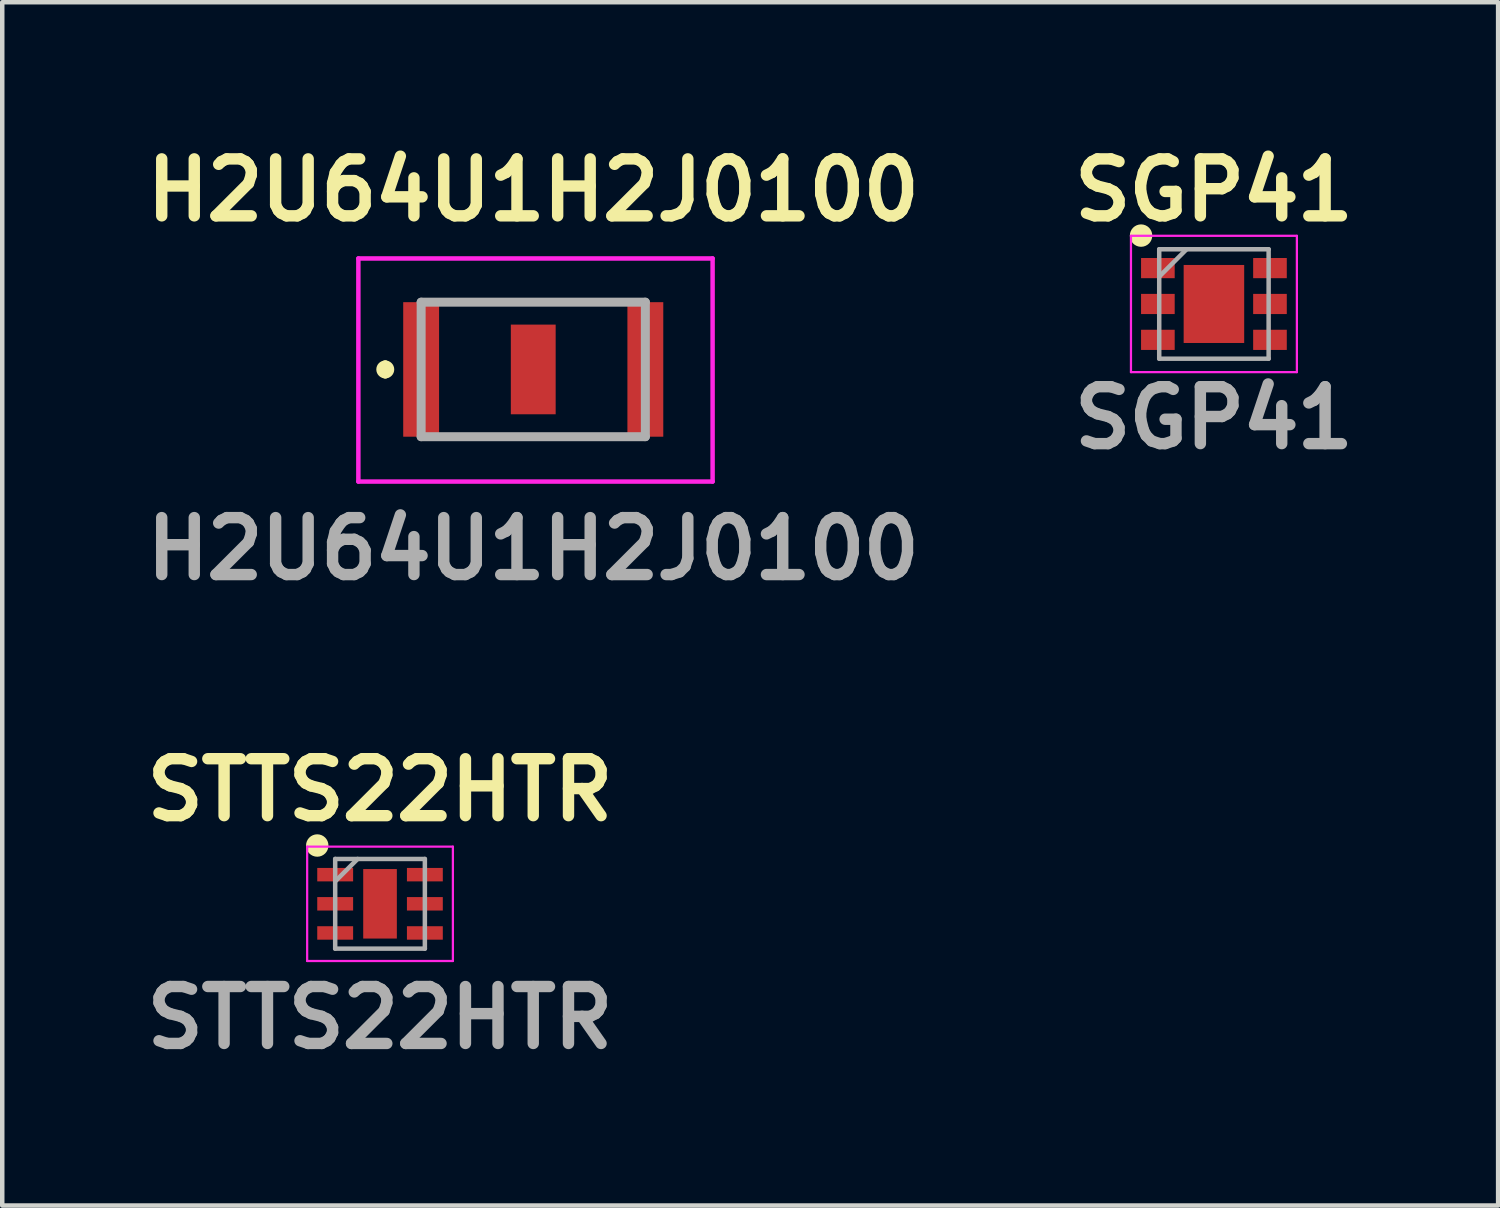
<source format=kicad_pcb>
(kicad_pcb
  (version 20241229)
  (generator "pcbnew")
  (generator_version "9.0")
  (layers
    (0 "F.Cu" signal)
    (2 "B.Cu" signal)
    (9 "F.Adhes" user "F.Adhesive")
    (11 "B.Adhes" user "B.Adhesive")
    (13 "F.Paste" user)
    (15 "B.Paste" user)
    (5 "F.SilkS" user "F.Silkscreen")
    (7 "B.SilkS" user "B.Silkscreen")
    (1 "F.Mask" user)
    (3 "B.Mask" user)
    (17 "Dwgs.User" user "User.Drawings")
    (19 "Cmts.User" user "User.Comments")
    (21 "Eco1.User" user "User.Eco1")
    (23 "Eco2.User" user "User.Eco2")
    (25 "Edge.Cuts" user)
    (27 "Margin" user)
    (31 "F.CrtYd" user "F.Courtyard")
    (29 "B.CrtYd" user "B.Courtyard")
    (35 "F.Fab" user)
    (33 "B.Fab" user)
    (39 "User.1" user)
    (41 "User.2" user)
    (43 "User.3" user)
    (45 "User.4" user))
  (footprint "STTS22HTR"
    (layer "F.Cu")
    (at 5.425 17.106)
    (property "Reference" "STTS22HTR" (at 0 -2.54 0) (layer "F.SilkS") (effects (font (size 1.27 1.27) (thickness 0.254))))
    (attr smd)
    (fp_circle (center -1.4 -1.3) (end -1.4 -1.175) (stroke (width 0.25) (type solid)) (fill no) (layer "F.SilkS"))
    (fp_line (start -1.625 -1.275) (end 1.625 -1.275) (stroke (width 0.05) (type solid)) (layer "F.CrtYd"))
    (fp_line (start -1.625 1.275) (end -1.625 -1.275) (stroke (width 0.05) (type solid)) (layer "F.CrtYd"))
    (fp_line (start 1.625 -1.275) (end 1.625 1.275) (stroke (width 0.05) (type solid)) (layer "F.CrtYd"))
    (fp_line (start 1.625 1.275) (end -1.625 1.275) (stroke (width 0.05) (type solid)) (layer "F.CrtYd"))
    (fp_line (start -1 -1) (end 1 -1) (stroke (width 0.1) (type solid)) (layer "F.Fab"))
    (fp_line (start -1 -0.5) (end -0.5 -1) (stroke (width 0.1) (type solid)) (layer "F.Fab"))
    (fp_line (start -1 1) (end -1 -1) (stroke (width 0.1) (type solid)) (layer "F.Fab"))
    (fp_line (start 1 -1) (end 1 1) (stroke (width 0.1) (type solid)) (layer "F.Fab"))
    (fp_line (start 1 1) (end -1 1) (stroke (width 0.1) (type solid)) (layer "F.Fab"))
    (fp_text user "${REFERENCE}" (at 0 2.54 0) (layer "F.Fab") (effects (font (size 1.27 1.27) (thickness 0.254))))
    (pad "1" smd rect (at -1 -0.65 90) (size 0.3 0.8) (layers "F.Cu" "F.Mask" "F.Paste"))
    (pad "2" smd rect (at -1 0 90) (size 0.3 0.8) (layers "F.Cu" "F.Mask" "F.Paste"))
    (pad "3" smd rect (at -1 0.65 90) (size 0.3 0.8) (layers "F.Cu" "F.Mask" "F.Paste"))
    (pad "4" smd rect (at 1 0.65 90) (size 0.3 0.8) (layers "F.Cu" "F.Mask" "F.Paste"))
    (pad "5" smd rect (at 1 0 90) (size 0.3 0.8) (layers "F.Cu" "F.Mask" "F.Paste"))
    (pad "6" smd rect (at 1 -0.65 90) (size 0.3 0.8) (layers "F.Cu" "F.Mask" "F.Paste"))
    (pad "7" smd rect (at 0 0) (size 0.75 1.55) (layers "F.Cu" "F.Mask" "F.Paste")))
  (footprint "H2U64U1H2J0100"
    (layer "F.Cu")
    (at 8.842 5.189)
    (property "Reference" "H2U64U1H2J0100" (at 0 -4 0) (layer "F.SilkS") (effects (font (size 1.27 1.27) (thickness 0.254))))
    (attr smd)
    (fp_line (start -3.3 -0.1) (end -3.3 -0.1) (stroke (width 0.2) (type solid)) (layer "F.SilkS"))
    (fp_line (start -3.3 0.1) (end -3.3 0.1) (stroke (width 0.2) (type solid)) (layer "F.SilkS"))
    (fp_line (start -1.5 -1.5) (end 1.5 -1.5) (stroke (width 0.1) (type solid)) (layer "F.SilkS"))
    (fp_line (start -1.5 1.5) (end 1.5 1.5) (stroke (width 0.1) (type solid)) (layer "F.SilkS"))
    (fp_arc (start -3.3 -0.1) (mid -3.2 0) (end -3.3 0.1) (stroke (width 0.2) (type solid)) (layer "F.SilkS"))
    (fp_arc (start -3.3 0.1) (mid -3.4 0) (end -3.3 -0.1) (stroke (width 0.2) (type solid)) (layer "F.SilkS"))
    (fp_line (start -3.9 2.5) (end -3.9 -2.475) (stroke (width 0.1) (type solid)) (layer "F.CrtYd"))
    (fp_line (start 4 -2.475) (end -3.9 -2.475) (stroke (width 0.1) (type solid)) (layer "F.CrtYd"))
    (fp_line (start 4 -2.475) (end 4 2.5) (stroke (width 0.1) (type solid)) (layer "F.CrtYd"))
    (fp_line (start 4 2.5) (end -3.9 2.5) (stroke (width 0.1) (type solid)) (layer "F.CrtYd"))
    (fp_line (start -2.5 -1.5) (end 2.5 -1.5) (stroke (width 0.2) (type solid)) (layer "F.Fab"))
    (fp_line (start -2.5 1.5) (end -2.5 -1.5) (stroke (width 0.2) (type solid)) (layer "F.Fab"))
    (fp_line (start 2.5 -1.5) (end 2.5 1.5) (stroke (width 0.2) (type solid)) (layer "F.Fab"))
    (fp_line (start 2.5 1.5) (end -2.5 1.5) (stroke (width 0.2) (type solid)) (layer "F.Fab"))
    (fp_text user "${REFERENCE}" (at 0 4 0) (layer "F.Fab") (effects (font (size 1.27 1.27) (thickness 0.254))))
    (pad "1" smd rect (at -2.5 0) (size 0.8 3) (layers "F.Cu" "F.Mask" "F.Paste"))
    (pad "2" smd rect (at 2.5 0) (size 0.8 3) (layers "F.Cu" "F.Mask" "F.Paste"))
    (pad "3" smd rect (at 0 0) (size 1 2) (layers "F.Cu" "F.Mask" "F.Paste")))
  (footprint "SGP41"
    (layer "F.Cu")
    (at 24.022 3.729)
    (property "Reference" "SGP41" (at 0 -2.54 0) (layer "F.SilkS") (effects (font (size 1.27 1.27) (thickness 0.254))))
    (attr smd)
    (fp_circle (center -1.625 -1.525) (end -1.625 -1.4) (stroke (width 0.25) (type solid)) (fill no) (layer "F.SilkS"))
    (fp_line (start -1.85 -1.52) (end 1.85 -1.52) (stroke (width 0.05) (type solid)) (layer "F.CrtYd"))
    (fp_line (start -1.85 1.52) (end -1.85 -1.52) (stroke (width 0.05) (type solid)) (layer "F.CrtYd"))
    (fp_line (start 1.85 -1.52) (end 1.85 1.52) (stroke (width 0.05) (type solid)) (layer "F.CrtYd"))
    (fp_line (start 1.85 1.52) (end -1.85 1.52) (stroke (width 0.05) (type solid)) (layer "F.CrtYd"))
    (fp_line (start -1.22 -1.22) (end 1.22 -1.22) (stroke (width 0.1) (type solid)) (layer "F.Fab"))
    (fp_line (start -1.22 -0.61) (end -0.61 -1.22) (stroke (width 0.1) (type solid)) (layer "F.Fab"))
    (fp_line (start -1.22 1.22) (end -1.22 -1.22) (stroke (width 0.1) (type solid)) (layer "F.Fab"))
    (fp_line (start 1.22 -1.22) (end 1.22 1.22) (stroke (width 0.1) (type solid)) (layer "F.Fab"))
    (fp_line (start 1.22 1.22) (end -1.22 1.22) (stroke (width 0.1) (type solid)) (layer "F.Fab"))
    (fp_text user "${REFERENCE}" (at 0 2.54 0) (layer "F.Fab") (effects (font (size 1.27 1.27) (thickness 0.254))))
    (pad "1" smd rect (at -1.25 -0.8 90) (size 0.45 0.75) (layers "F.Cu" "F.Mask" "F.Paste"))
    (pad "2" smd rect (at -1.25 0 90) (size 0.45 0.75) (layers "F.Cu" "F.Mask" "F.Paste"))
    (pad "3" smd rect (at -1.25 0.8 90) (size 0.45 0.75) (layers "F.Cu" "F.Mask" "F.Paste"))
    (pad "4" smd rect (at 1.25 0.8 90) (size 0.45 0.75) (layers "F.Cu" "F.Mask" "F.Paste"))
    (pad "5" smd rect (at 1.25 0 90) (size 0.45 0.75) (layers "F.Cu" "F.Mask" "F.Paste"))
    (pad "6" smd rect (at 1.25 -0.8 90) (size 0.45 0.75) (layers "F.Cu" "F.Mask" "F.Paste"))
    (pad "7" smd rect (at 0 0) (size 1.35 1.74) (layers "F.Cu" "F.Mask" "F.Paste")))
  (gr_rect
    (start -3 -3)
    (end 30.36 23.835)
    (stroke (width 0.1) (type default))
    (fill no)
    (layer "Edge.Cuts")))
</source>
